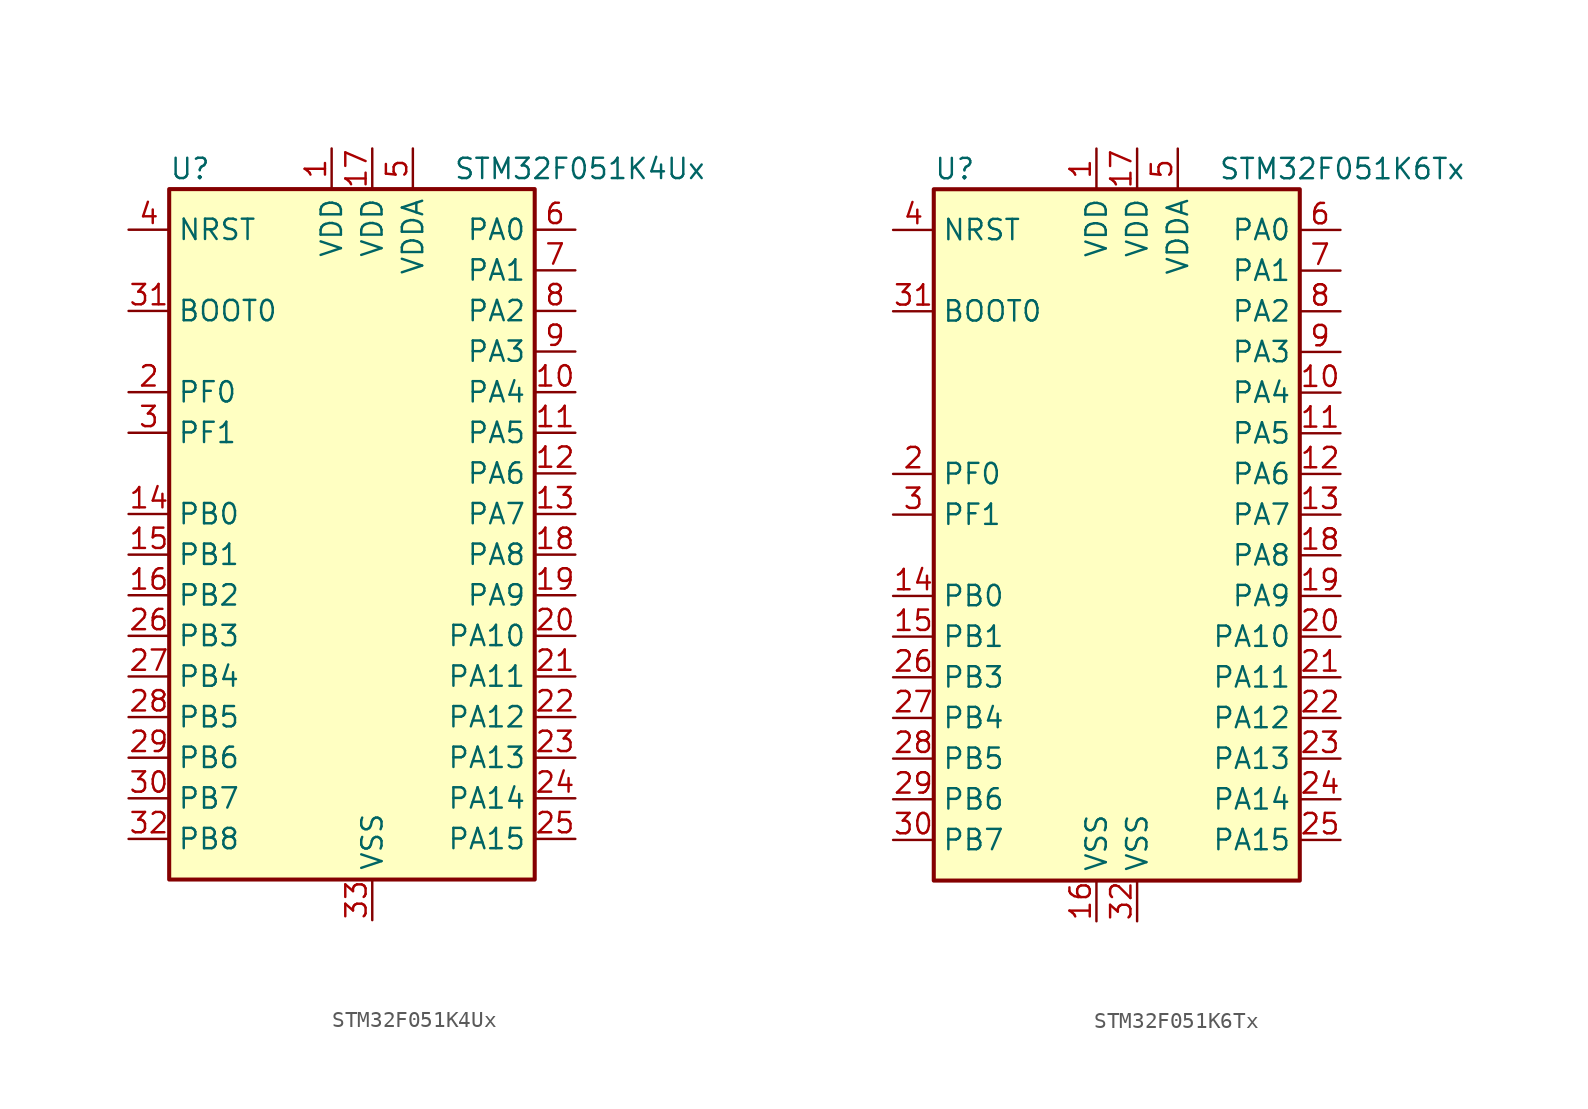
<source format=kicad_sym>
(kicad_symbol_lib
  (version 20201005)
  (generator kicad_symbol_editor)
  (symbol "MCU_ST_STM32F0:STM32F051K4Ux"
    (property "Reference" "U"
      (at -12.7 21.59 0)
      (effects (font (size 1.27 1.27)) (justify left)))
    (property "Value" "STM32F051K4Ux"
      (at 5.08 21.59 0)
      (effects (font (size 1.27 1.27)) (justify left)))
    (symbol "STM32F051K4Ux_0_1"
      (rectangle (start -12.7 -22.86) (end 10.16 20.32) (stroke (width 0.254)) (fill (type background))))
    (symbol "STM32F051K4Ux_1_1"
      (pin power_in line (at -2.54 22.86 270) (length 2.54) (name "VDD" (effects (font (size 1.27 1.27)))) (number "1" (effects (font (size 1.27 1.27)))))
      (pin bidirectional line (at 12.7 7.62 180) (length 2.54) (name "PA4" (effects (font (size 1.27 1.27)))) (number "10" (effects (font (size 1.27 1.27)))))
      (pin bidirectional line (at 12.7 5.08 180) (length 2.54) (name "PA5" (effects (font (size 1.27 1.27)))) (number "11" (effects (font (size 1.27 1.27)))))
      (pin bidirectional line (at 12.7 2.54 180) (length 2.54) (name "PA6" (effects (font (size 1.27 1.27)))) (number "12" (effects (font (size 1.27 1.27)))))
      (pin bidirectional line (at 12.7 0 180) (length 2.54) (name "PA7" (effects (font (size 1.27 1.27)))) (number "13" (effects (font (size 1.27 1.27)))))
      (pin bidirectional line (at -15.24 0 0) (length 2.54) (name "PB0" (effects (font (size 1.27 1.27)))) (number "14" (effects (font (size 1.27 1.27)))))
      (pin bidirectional line (at -15.24 -2.54 0) (length 2.54) (name "PB1" (effects (font (size 1.27 1.27)))) (number "15" (effects (font (size 1.27 1.27)))))
      (pin bidirectional line (at -15.24 -5.08 0) (length 2.54) (name "PB2" (effects (font (size 1.27 1.27)))) (number "16" (effects (font (size 1.27 1.27)))))
      (pin power_in line (at 0 22.86 270) (length 2.54) (name "VDD" (effects (font (size 1.27 1.27)))) (number "17" (effects (font (size 1.27 1.27)))))
      (pin bidirectional line (at 12.7 -2.54 180) (length 2.54) (name "PA8" (effects (font (size 1.27 1.27)))) (number "18" (effects (font (size 1.27 1.27)))))
      (pin bidirectional line (at 12.7 -5.08 180) (length 2.54) (name "PA9" (effects (font (size 1.27 1.27)))) (number "19" (effects (font (size 1.27 1.27)))))
      (pin input line (at -15.24 7.62 0) (length 2.54) (name "PF0" (effects (font (size 1.27 1.27)))) (number "2" (effects (font (size 1.27 1.27)))))
      (pin bidirectional line (at 12.7 -7.62 180) (length 2.54) (name "PA10" (effects (font (size 1.27 1.27)))) (number "20" (effects (font (size 1.27 1.27)))))
      (pin bidirectional line (at 12.7 -10.16 180) (length 2.54) (name "PA11" (effects (font (size 1.27 1.27)))) (number "21" (effects (font (size 1.27 1.27)))))
      (pin bidirectional line (at 12.7 -12.7 180) (length 2.54) (name "PA12" (effects (font (size 1.27 1.27)))) (number "22" (effects (font (size 1.27 1.27)))))
      (pin bidirectional line (at 12.7 -15.24 180) (length 2.54) (name "PA13" (effects (font (size 1.27 1.27)))) (number "23" (effects (font (size 1.27 1.27)))))
      (pin bidirectional line (at 12.7 -17.78 180) (length 2.54) (name "PA14" (effects (font (size 1.27 1.27)))) (number "24" (effects (font (size 1.27 1.27)))))
      (pin bidirectional line (at 12.7 -20.32 180) (length 2.54) (name "PA15" (effects (font (size 1.27 1.27)))) (number "25" (effects (font (size 1.27 1.27)))))
      (pin bidirectional line (at -15.24 -7.62 0) (length 2.54) (name "PB3" (effects (font (size 1.27 1.27)))) (number "26" (effects (font (size 1.27 1.27)))))
      (pin bidirectional line (at -15.24 -10.16 0) (length 2.54) (name "PB4" (effects (font (size 1.27 1.27)))) (number "27" (effects (font (size 1.27 1.27)))))
      (pin bidirectional line (at -15.24 -12.7 0) (length 2.54) (name "PB5" (effects (font (size 1.27 1.27)))) (number "28" (effects (font (size 1.27 1.27)))))
      (pin bidirectional line (at -15.24 -15.24 0) (length 2.54) (name "PB6" (effects (font (size 1.27 1.27)))) (number "29" (effects (font (size 1.27 1.27)))))
      (pin input line (at -15.24 5.08 0) (length 2.54) (name "PF1" (effects (font (size 1.27 1.27)))) (number "3" (effects (font (size 1.27 1.27)))))
      (pin bidirectional line (at -15.24 -17.78 0) (length 2.54) (name "PB7" (effects (font (size 1.27 1.27)))) (number "30" (effects (font (size 1.27 1.27)))))
      (pin input line (at -15.24 12.7 0) (length 2.54) (name "BOOT0" (effects (font (size 1.27 1.27)))) (number "31" (effects (font (size 1.27 1.27)))))
      (pin bidirectional line (at -15.24 -20.32 0) (length 2.54) (name "PB8" (effects (font (size 1.27 1.27)))) (number "32" (effects (font (size 1.27 1.27)))))
      (pin power_in line (at 0 -25.4 90) (length 2.54) (name "VSS" (effects (font (size 1.27 1.27)))) (number "33" (effects (font (size 1.27 1.27)))))
      (pin input line (at -15.24 17.78 0) (length 2.54) (name "NRST" (effects (font (size 1.27 1.27)))) (number "4" (effects (font (size 1.27 1.27)))))
      (pin power_in line (at 2.54 22.86 270) (length 2.54) (name "VDDA" (effects (font (size 1.27 1.27)))) (number "5" (effects (font (size 1.27 1.27)))))
      (pin bidirectional line (at 12.7 17.78 180) (length 2.54) (name "PA0" (effects (font (size 1.27 1.27)))) (number "6" (effects (font (size 1.27 1.27)))))
      (pin bidirectional line (at 12.7 15.24 180) (length 2.54) (name "PA1" (effects (font (size 1.27 1.27)))) (number "7" (effects (font (size 1.27 1.27)))))
      (pin bidirectional line (at 12.7 12.7 180) (length 2.54) (name "PA2" (effects (font (size 1.27 1.27)))) (number "8" (effects (font (size 1.27 1.27)))))
      (pin bidirectional line (at 12.7 10.16 180) (length 2.54) (name "PA3" (effects (font (size 1.27 1.27)))) (number "9" (effects (font (size 1.27 1.27)))))))
  (symbol "MCU_ST_STM32F0:STM32F051K6Tx"
    (property "Reference" "U"
      (at -12.7 21.59 0)
      (effects (font (size 1.27 1.27)) (justify left)))
    (property "Value" "STM32F051K6Tx"
      (at 5.08 21.59 0)
      (effects (font (size 1.27 1.27)) (justify left)))
    (symbol "STM32F051K6Tx_0_1"
      (rectangle (start -12.7 -22.86) (end 10.16 20.32) (stroke (width 0.254)) (fill (type background))))
    (symbol "STM32F051K6Tx_1_1"
      (pin power_in line (at -2.54 22.86 270) (length 2.54) (name "VDD" (effects (font (size 1.27 1.27)))) (number "1" (effects (font (size 1.27 1.27)))))
      (pin bidirectional line (at 12.7 7.62 180) (length 2.54) (name "PA4" (effects (font (size 1.27 1.27)))) (number "10" (effects (font (size 1.27 1.27)))))
      (pin bidirectional line (at 12.7 5.08 180) (length 2.54) (name "PA5" (effects (font (size 1.27 1.27)))) (number "11" (effects (font (size 1.27 1.27)))))
      (pin bidirectional line (at 12.7 2.54 180) (length 2.54) (name "PA6" (effects (font (size 1.27 1.27)))) (number "12" (effects (font (size 1.27 1.27)))))
      (pin bidirectional line (at 12.7 0 180) (length 2.54) (name "PA7" (effects (font (size 1.27 1.27)))) (number "13" (effects (font (size 1.27 1.27)))))
      (pin bidirectional line (at -15.24 -5.08 0) (length 2.54) (name "PB0" (effects (font (size 1.27 1.27)))) (number "14" (effects (font (size 1.27 1.27)))))
      (pin bidirectional line (at -15.24 -7.62 0) (length 2.54) (name "PB1" (effects (font (size 1.27 1.27)))) (number "15" (effects (font (size 1.27 1.27)))))
      (pin power_in line (at -2.54 -25.4 90) (length 2.54) (name "VSS" (effects (font (size 1.27 1.27)))) (number "16" (effects (font (size 1.27 1.27)))))
      (pin power_in line (at 0 22.86 270) (length 2.54) (name "VDD" (effects (font (size 1.27 1.27)))) (number "17" (effects (font (size 1.27 1.27)))))
      (pin bidirectional line (at 12.7 -2.54 180) (length 2.54) (name "PA8" (effects (font (size 1.27 1.27)))) (number "18" (effects (font (size 1.27 1.27)))))
      (pin bidirectional line (at 12.7 -5.08 180) (length 2.54) (name "PA9" (effects (font (size 1.27 1.27)))) (number "19" (effects (font (size 1.27 1.27)))))
      (pin input line (at -15.24 2.54 0) (length 2.54) (name "PF0" (effects (font (size 1.27 1.27)))) (number "2" (effects (font (size 1.27 1.27)))))
      (pin bidirectional line (at 12.7 -7.62 180) (length 2.54) (name "PA10" (effects (font (size 1.27 1.27)))) (number "20" (effects (font (size 1.27 1.27)))))
      (pin bidirectional line (at 12.7 -10.16 180) (length 2.54) (name "PA11" (effects (font (size 1.27 1.27)))) (number "21" (effects (font (size 1.27 1.27)))))
      (pin bidirectional line (at 12.7 -12.7 180) (length 2.54) (name "PA12" (effects (font (size 1.27 1.27)))) (number "22" (effects (font (size 1.27 1.27)))))
      (pin bidirectional line (at 12.7 -15.24 180) (length 2.54) (name "PA13" (effects (font (size 1.27 1.27)))) (number "23" (effects (font (size 1.27 1.27)))))
      (pin bidirectional line (at 12.7 -17.78 180) (length 2.54) (name "PA14" (effects (font (size 1.27 1.27)))) (number "24" (effects (font (size 1.27 1.27)))))
      (pin bidirectional line (at 12.7 -20.32 180) (length 2.54) (name "PA15" (effects (font (size 1.27 1.27)))) (number "25" (effects (font (size 1.27 1.27)))))
      (pin bidirectional line (at -15.24 -10.16 0) (length 2.54) (name "PB3" (effects (font (size 1.27 1.27)))) (number "26" (effects (font (size 1.27 1.27)))))
      (pin bidirectional line (at -15.24 -12.7 0) (length 2.54) (name "PB4" (effects (font (size 1.27 1.27)))) (number "27" (effects (font (size 1.27 1.27)))))
      (pin bidirectional line (at -15.24 -15.24 0) (length 2.54) (name "PB5" (effects (font (size 1.27 1.27)))) (number "28" (effects (font (size 1.27 1.27)))))
      (pin bidirectional line (at -15.24 -17.78 0) (length 2.54) (name "PB6" (effects (font (size 1.27 1.27)))) (number "29" (effects (font (size 1.27 1.27)))))
      (pin input line (at -15.24 0 0) (length 2.54) (name "PF1" (effects (font (size 1.27 1.27)))) (number "3" (effects (font (size 1.27 1.27)))))
      (pin bidirectional line (at -15.24 -20.32 0) (length 2.54) (name "PB7" (effects (font (size 1.27 1.27)))) (number "30" (effects (font (size 1.27 1.27)))))
      (pin input line (at -15.24 12.7 0) (length 2.54) (name "BOOT0" (effects (font (size 1.27 1.27)))) (number "31" (effects (font (size 1.27 1.27)))))
      (pin power_in line (at 0 -25.4 90) (length 2.54) (name "VSS" (effects (font (size 1.27 1.27)))) (number "32" (effects (font (size 1.27 1.27)))))
      (pin input line (at -15.24 17.78 0) (length 2.54) (name "NRST" (effects (font (size 1.27 1.27)))) (number "4" (effects (font (size 1.27 1.27)))))
      (pin power_in line (at 2.54 22.86 270) (length 2.54) (name "VDDA" (effects (font (size 1.27 1.27)))) (number "5" (effects (font (size 1.27 1.27)))))
      (pin bidirectional line (at 12.7 17.78 180) (length 2.54) (name "PA0" (effects (font (size 1.27 1.27)))) (number "6" (effects (font (size 1.27 1.27)))))
      (pin bidirectional line (at 12.7 15.24 180) (length 2.54) (name "PA1" (effects (font (size 1.27 1.27)))) (number "7" (effects (font (size 1.27 1.27)))))
      (pin bidirectional line (at 12.7 12.7 180) (length 2.54) (name "PA2" (effects (font (size 1.27 1.27)))) (number "8" (effects (font (size 1.27 1.27)))))
      (pin bidirectional line (at 12.7 10.16 180) (length 2.54) (name "PA3" (effects (font (size 1.27 1.27)))) (number "9" (effects (font (size 1.27 1.27))))))))
</source>
